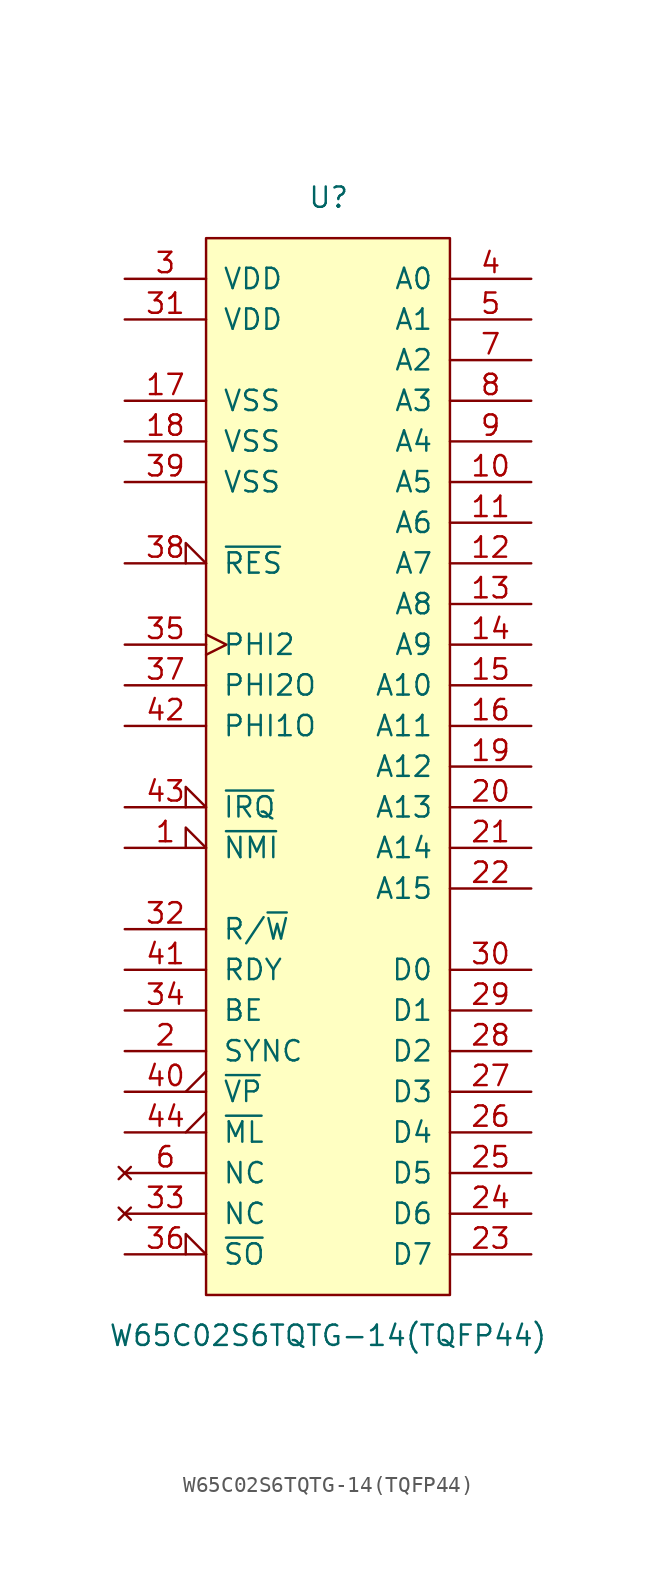
<source format=kicad_sym>
(kicad_symbol_lib
  (version 20220914)
  (generator kicad_symbol_editor)
  (symbol "W65C02S6TQTG-14(TQFP44)"
    (pin_names
      (offset 1.016))
    (property "Reference" "U"
      (at -1.27 35.56 0)
      (effects (font (size 1.27 1.27)) (justify left)))
    (property "Value" "W65C02S6TQTG-14(TQFP44)"
      (at 0 -35.56 0)
      (effects (font (size 1.27 1.27))))
    (symbol "W65C02S6TQTG-14(TQFP44)_0_1"
      (rectangle (start -7.62 33.02) (end 7.62 -33.02) (stroke (width 0) (type solid)) (fill (type background))))
    (symbol "W65C02S6TQTG-14(TQFP44)_1_1"
      (pin input input_low (at -12.7 -5.08 0) (length 5.08) (name "~{NMI}" (effects (font (size 1.27 1.27)))) (number "1" (effects (font (size 1.27 1.27)))))
      (pin tri_state line (at 12.7 17.78 180) (length 5.08) (name "A5" (effects (font (size 1.27 1.27)))) (number "10" (effects (font (size 1.27 1.27)))))
      (pin tri_state line (at 12.7 15.24 180) (length 5.08) (name "A6" (effects (font (size 1.27 1.27)))) (number "11" (effects (font (size 1.27 1.27)))))
      (pin tri_state line (at 12.7 12.7 180) (length 5.08) (name "A7" (effects (font (size 1.27 1.27)))) (number "12" (effects (font (size 1.27 1.27)))))
      (pin tri_state line (at 12.7 10.16 180) (length 5.08) (name "A8" (effects (font (size 1.27 1.27)))) (number "13" (effects (font (size 1.27 1.27)))))
      (pin tri_state line (at 12.7 7.62 180) (length 5.08) (name "A9" (effects (font (size 1.27 1.27)))) (number "14" (effects (font (size 1.27 1.27)))))
      (pin tri_state line (at 12.7 5.08 180) (length 5.08) (name "A10" (effects (font (size 1.27 1.27)))) (number "15" (effects (font (size 1.27 1.27)))))
      (pin tri_state line (at 12.7 2.54 180) (length 5.08) (name "A11" (effects (font (size 1.27 1.27)))) (number "16" (effects (font (size 1.27 1.27)))))
      (pin power_in line (at -12.7 22.86 0) (length 5.08) (name "VSS" (effects (font (size 1.27 1.27)))) (number "17" (effects (font (size 1.27 1.27)))))
      (pin power_in line (at -12.7 20.32 0) (length 5.08) (name "VSS" (effects (font (size 1.27 1.27)))) (number "18" (effects (font (size 1.27 1.27)))))
      (pin tri_state line (at 12.7 0 180) (length 5.08) (name "A12" (effects (font (size 1.27 1.27)))) (number "19" (effects (font (size 1.27 1.27)))))
      (pin output line (at -12.7 -17.78 0) (length 5.08) (name "SYNC" (effects (font (size 1.27 1.27)))) (number "2" (effects (font (size 1.27 1.27)))))
      (pin tri_state line (at 12.7 -2.54 180) (length 5.08) (name "A13" (effects (font (size 1.27 1.27)))) (number "20" (effects (font (size 1.27 1.27)))))
      (pin tri_state line (at 12.7 -5.08 180) (length 5.08) (name "A14" (effects (font (size 1.27 1.27)))) (number "21" (effects (font (size 1.27 1.27)))))
      (pin tri_state line (at 12.7 -7.62 180) (length 5.08) (name "A15" (effects (font (size 1.27 1.27)))) (number "22" (effects (font (size 1.27 1.27)))))
      (pin bidirectional line (at 12.7 -30.48 180) (length 5.08) (name "D7" (effects (font (size 1.27 1.27)))) (number "23" (effects (font (size 1.27 1.27)))))
      (pin bidirectional line (at 12.7 -27.94 180) (length 5.08) (name "D6" (effects (font (size 1.27 1.27)))) (number "24" (effects (font (size 1.27 1.27)))))
      (pin bidirectional line (at 12.7 -25.4 180) (length 5.08) (name "D5" (effects (font (size 1.27 1.27)))) (number "25" (effects (font (size 1.27 1.27)))))
      (pin bidirectional line (at 12.7 -22.86 180) (length 5.08) (name "D4" (effects (font (size 1.27 1.27)))) (number "26" (effects (font (size 1.27 1.27)))))
      (pin bidirectional line (at 12.7 -20.32 180) (length 5.08) (name "D3" (effects (font (size 1.27 1.27)))) (number "27" (effects (font (size 1.27 1.27)))))
      (pin bidirectional line (at 12.7 -17.78 180) (length 5.08) (name "D2" (effects (font (size 1.27 1.27)))) (number "28" (effects (font (size 1.27 1.27)))))
      (pin bidirectional line (at 12.7 -15.24 180) (length 5.08) (name "D1" (effects (font (size 1.27 1.27)))) (number "29" (effects (font (size 1.27 1.27)))))
      (pin power_in line (at -12.7 30.48 0) (length 5.08) (name "VDD" (effects (font (size 1.27 1.27)))) (number "3" (effects (font (size 1.27 1.27)))))
      (pin bidirectional line (at 12.7 -12.7 180) (length 5.08) (name "D0" (effects (font (size 1.27 1.27)))) (number "30" (effects (font (size 1.27 1.27)))))
      (pin power_in line (at -12.7 27.94 0) (length 5.08) (name "VDD" (effects (font (size 1.27 1.27)))) (number "31" (effects (font (size 1.27 1.27)))))
      (pin output line (at -12.7 -10.16 0) (length 5.08) (name "R/~{W}" (effects (font (size 1.27 1.27)))) (number "32" (effects (font (size 1.27 1.27)))))
      (pin no_connect line (at -12.7 -27.94 0) (length 5.08) (name "NC" (effects (font (size 1.27 1.27)))) (number "33" (effects (font (size 1.27 1.27)))))
      (pin input line (at -12.7 -15.24 0) (length 5.08) (name "BE" (effects (font (size 1.27 1.27)))) (number "34" (effects (font (size 1.27 1.27)))))
      (pin input clock (at -12.7 7.62 0) (length 5.08) (name "PHI2" (effects (font (size 1.27 1.27)))) (number "35" (effects (font (size 1.27 1.27)))))
      (pin input input_low (at -12.7 -30.48 0) (length 5.08) (name "~{SO}" (effects (font (size 1.27 1.27)))) (number "36" (effects (font (size 1.27 1.27)))))
      (pin output line (at -12.7 5.08 0) (length 5.08) (name "PHI2O" (effects (font (size 1.27 1.27)))) (number "37" (effects (font (size 1.27 1.27)))))
      (pin input input_low (at -12.7 12.7 0) (length 5.08) (name "~{RES}" (effects (font (size 1.27 1.27)))) (number "38" (effects (font (size 1.27 1.27)))))
      (pin power_in line (at -12.7 17.78 0) (length 5.08) (name "VSS" (effects (font (size 1.27 1.27)))) (number "39" (effects (font (size 1.27 1.27)))))
      (pin tri_state line (at 12.7 30.48 180) (length 5.08) (name "A0" (effects (font (size 1.27 1.27)))) (number "4" (effects (font (size 1.27 1.27)))))
      (pin output output_low (at -12.7 -20.32 0) (length 5.08) (name "~{VP}" (effects (font (size 1.27 1.27)))) (number "40" (effects (font (size 1.27 1.27)))))
      (pin bidirectional line (at -12.7 -12.7 0) (length 5.08) (name "RDY" (effects (font (size 1.27 1.27)))) (number "41" (effects (font (size 1.27 1.27)))))
      (pin output line (at -12.7 2.54 0) (length 5.08) (name "PHI1O" (effects (font (size 1.27 1.27)))) (number "42" (effects (font (size 1.27 1.27)))))
      (pin input input_low (at -12.7 -2.54 0) (length 5.08) (name "~{IRQ}" (effects (font (size 1.27 1.27)))) (number "43" (effects (font (size 1.27 1.27)))))
      (pin output output_low (at -12.7 -22.86 0) (length 5.08) (name "~{ML}" (effects (font (size 1.27 1.27)))) (number "44" (effects (font (size 1.27 1.27)))))
      (pin tri_state line (at 12.7 27.94 180) (length 5.08) (name "A1" (effects (font (size 1.27 1.27)))) (number "5" (effects (font (size 1.27 1.27)))))
      (pin no_connect line (at -12.7 -25.4 0) (length 5.08) (name "NC" (effects (font (size 1.27 1.27)))) (number "6" (effects (font (size 1.27 1.27)))))
      (pin tri_state line (at 12.7 25.4 180) (length 5.08) (name "A2" (effects (font (size 1.27 1.27)))) (number "7" (effects (font (size 1.27 1.27)))))
      (pin tri_state line (at 12.7 22.86 180) (length 5.08) (name "A3" (effects (font (size 1.27 1.27)))) (number "8" (effects (font (size 1.27 1.27)))))
      (pin tri_state line (at 12.7 20.32 180) (length 5.08) (name "A4" (effects (font (size 1.27 1.27)))) (number "9" (effects (font (size 1.27 1.27))))))))
</source>
